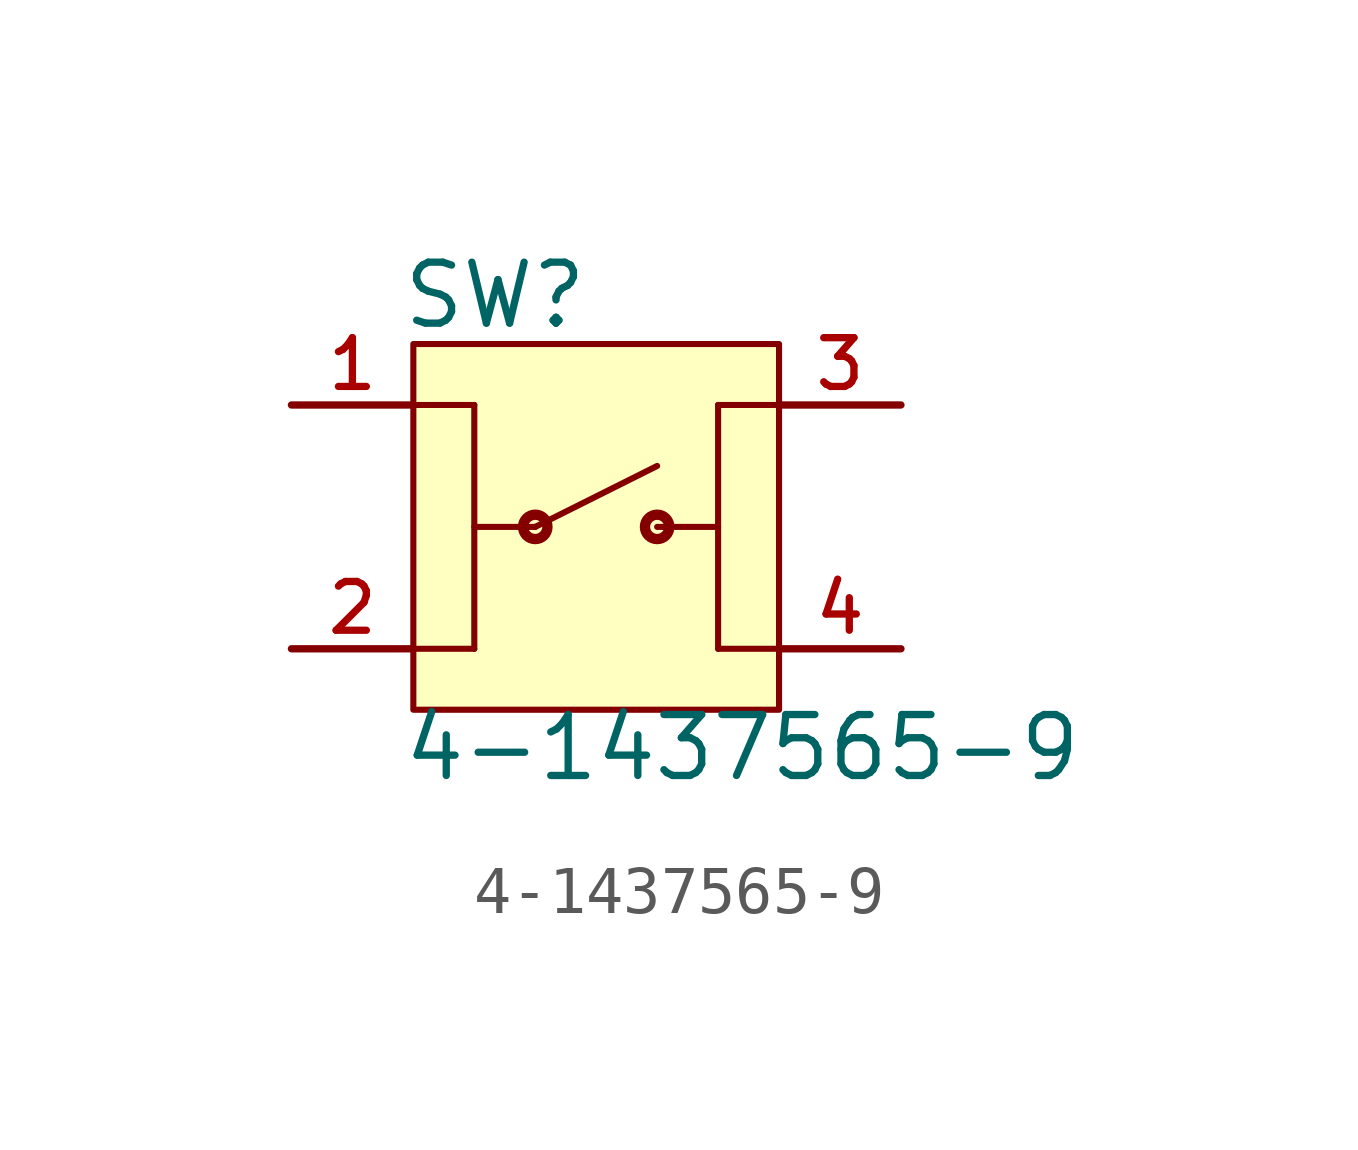
<source format=kicad_sym>
(kicad_symbol_lib
  (version 20211014)
  (generator kicad_symbol_editor)
  (symbol "4-1437565-9"
    (pin_names
      (offset 1.016))
    (property "Reference" "SW"
      (at -4.082 4.082 0)
      (effects (font (size 1.27 1.27)) (justify bottom left)))
    (property "Value" "4-1437565-9"
      (at -4.071 -5.343 0)
      (effects (font (size 1.27 1.27)) (justify bottom left)))
    (symbol "4-1437565-9_0_0"
      (circle (center -1.27 0.0) (radius 0.254) (stroke (width 0.216)) (fill (type none)))
      (circle (center 1.27 0.0) (radius 0.254) (stroke (width 0.216)) (fill (type none)))
      (polyline (pts (xy -1.27 0.0) (xy 1.27 1.27)) (stroke (width 0.127)))
      (polyline (pts (xy -2.54 0.0) (xy -1.27 0.0)) (stroke (width 0.127)))
      (polyline (pts (xy 1.27 0.0) (xy 2.54 0.0)) (stroke (width 0.127)))
      (polyline (pts (xy -3.81 2.54) (xy -2.54 2.54)) (stroke (width 0.127)))
      (polyline (pts (xy -2.54 2.54) (xy -2.54 -2.54)) (stroke (width 0.127)))
      (polyline (pts (xy -2.54 -2.54) (xy -3.81 -2.54)) (stroke (width 0.127)))
      (polyline (pts (xy 3.81 2.54) (xy 2.54 2.54)) (stroke (width 0.127)))
      (polyline (pts (xy 2.54 2.54) (xy 2.54 -2.54)) (stroke (width 0.127)))
      (polyline (pts (xy 2.54 -2.54) (xy 3.81 -2.54)) (stroke (width 0.127)))
      (rectangle (start -3.81 -3.81) (end 3.81 3.81) (stroke (width 0.127)) (fill (type background)))
      (pin passive line (at -6.35 2.54 0) (length 2.54) (name "~" (effects (font (size 1.016 1.016)))) (number "1" (effects (font (size 1.016 1.016)))))
      (pin passive line (at -6.35 -2.54 0) (length 2.54) (name "~" (effects (font (size 1.016 1.016)))) (number "2" (effects (font (size 1.016 1.016)))))
      (pin passive line (at 6.35 2.54 180.0) (length 2.54) (name "~" (effects (font (size 1.016 1.016)))) (number "3" (effects (font (size 1.016 1.016)))))
      (pin passive line (at 6.35 -2.54 180.0) (length 2.54) (name "~" (effects (font (size 1.016 1.016)))) (number "4" (effects (font (size 1.016 1.016))))))))
</source>
